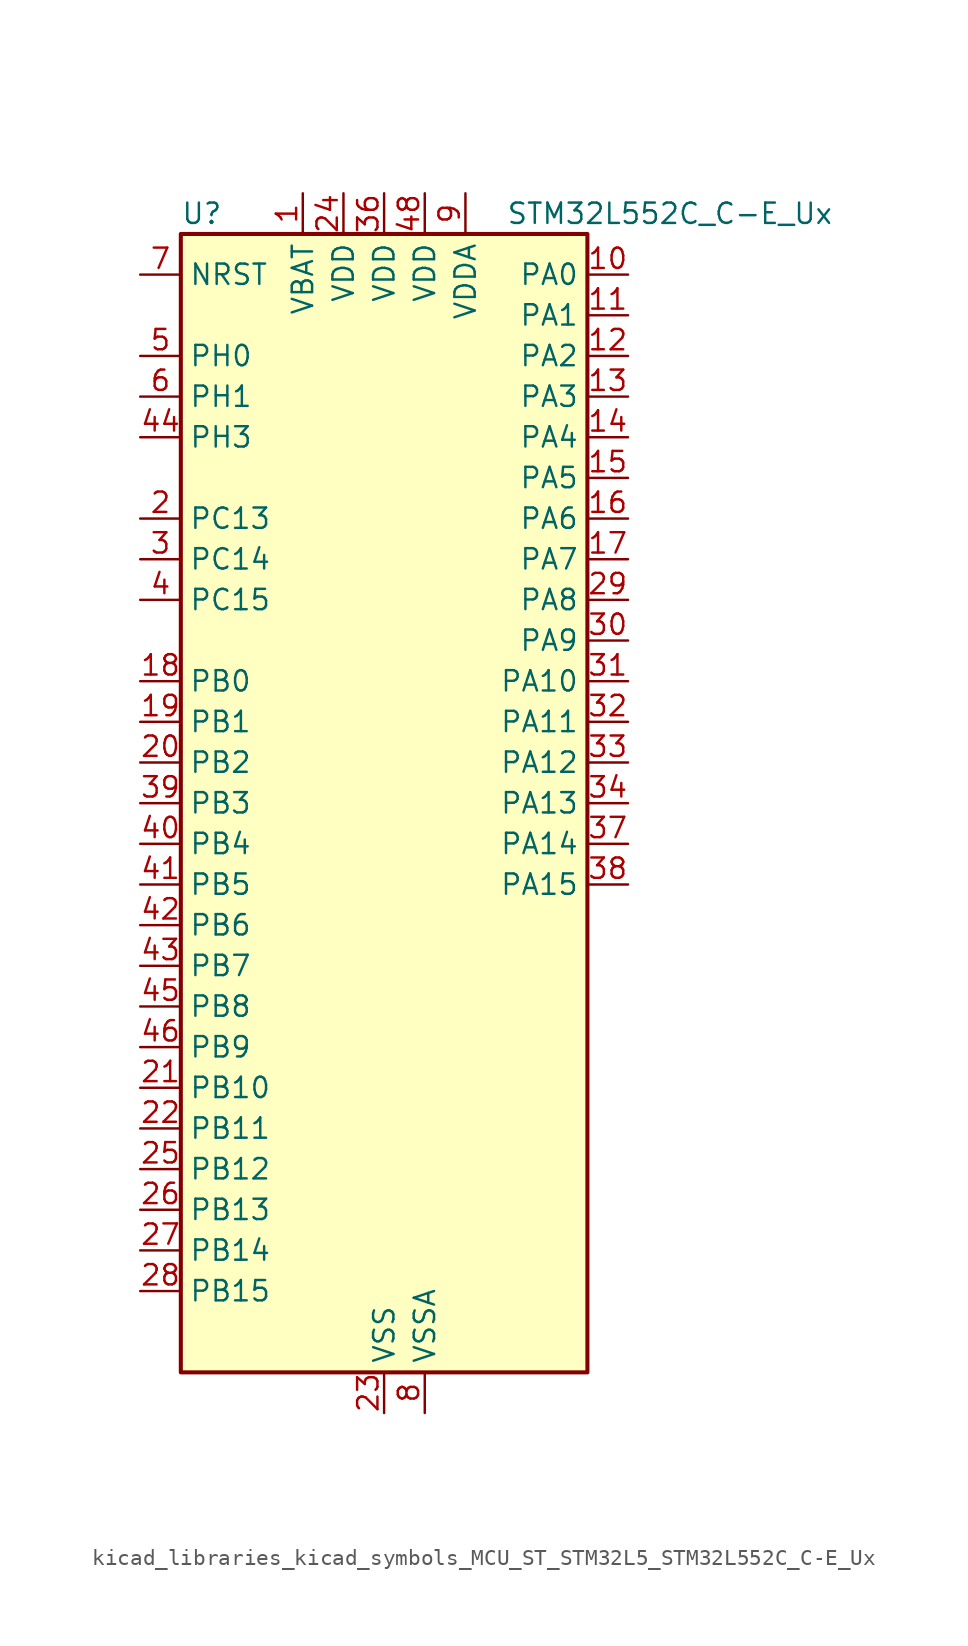
<source format=kicad_sym>
(kicad_symbol_lib
  (version 20220914)
  (generator kicad_symbol_editor)
  (symbol "kicad_libraries_kicad_symbols_MCU_ST_STM32L5_STM32L552C_C-E_Ux"
    (property "Reference" "U"
      (at -12.7 36.83 0)
      (effects (font (size 1.27 1.27)) (justify left)))
    (property "Value" "STM32L552C_C-E_Ux"
      (at 7.62 36.83 0)
      (effects (font (size 1.27 1.27)) (justify left)))
    (property "ki_locked" ""
      (at 0 0 0)
      (effects (font (size 1.27 1.27))))
    (symbol "kicad_libraries_kicad_symbols_MCU_ST_STM32L5_STM32L552C_C-E_Ux_0_1"
      (rectangle (start -12.7 -35.56) (end 12.7 35.56) (stroke (width 0.254) (type default)) (fill (type background))))
    (symbol "kicad_libraries_kicad_symbols_MCU_ST_STM32L5_STM32L552C_C-E_Ux_1_1"
      (pin power_in line (at -5.08 38.1 270) (length 2.54) (name "VBAT" (effects (font (size 1.27 1.27)))) (number "1" (effects (font (size 1.27 1.27)))))
      (pin bidirectional line (at 15.24 33.02 180) (length 2.54) (name "PA0" (effects (font (size 1.27 1.27)))) (number "10" (effects (font (size 1.27 1.27)))) (alternate "ADC1_IN5" bidirectional line) (alternate "ADC2_IN5" bidirectional line) (alternate "OPAMP1_VINP" bidirectional line) (alternate "PWR_WKUP1" bidirectional line) (alternate "SAI1_EXTCLK" bidirectional line) (alternate "TAMP_IN2" bidirectional line) (alternate "TAMP_OUT1" bidirectional line) (alternate "TIM2_CH1" bidirectional line) (alternate "TIM2_ETR" bidirectional line) (alternate "TIM5_CH1" bidirectional line) (alternate "TIM8_ETR" bidirectional line) (alternate "UART4_TX" bidirectional line) (alternate "USART2_CTS" bidirectional line) (alternate "USART2_NSS" bidirectional line))
      (pin bidirectional line (at 15.24 30.48 180) (length 2.54) (name "PA1" (effects (font (size 1.27 1.27)))) (number "11" (effects (font (size 1.27 1.27)))) (alternate "ADC1_IN6" bidirectional line) (alternate "ADC2_IN6" bidirectional line) (alternate "I2C1_SMBA" bidirectional line) (alternate "OCTOSPI1_DQS" bidirectional line) (alternate "OPAMP1_VINM" bidirectional line) (alternate "SPI1_SCK" bidirectional line) (alternate "TAMP_IN5" bidirectional line) (alternate "TAMP_OUT4" bidirectional line) (alternate "TIM15_CH1N" bidirectional line) (alternate "TIM2_CH2" bidirectional line) (alternate "TIM5_CH2" bidirectional line) (alternate "UART4_RX" bidirectional line) (alternate "USART2_DE" bidirectional line) (alternate "USART2_RTS" bidirectional line))
      (pin bidirectional line (at 15.24 27.94 180) (length 2.54) (name "PA2" (effects (font (size 1.27 1.27)))) (number "12" (effects (font (size 1.27 1.27)))) (alternate "ADC1_IN7" bidirectional line) (alternate "ADC2_IN7" bidirectional line) (alternate "COMP1_INP" bidirectional line) (alternate "LPUART1_TX" bidirectional line) (alternate "OCTOSPI1_NCS" bidirectional line) (alternate "PWR_WKUP4" bidirectional line) (alternate "RCC_LSCO" bidirectional line) (alternate "SAI2_EXTCLK" bidirectional line) (alternate "TIM15_CH1" bidirectional line) (alternate "TIM2_CH3" bidirectional line) (alternate "TIM5_CH3" bidirectional line) (alternate "UCPD1_FRSTX1" bidirectional line) (alternate "USART2_TX" bidirectional line))
      (pin bidirectional line (at 15.24 25.4 180) (length 2.54) (name "PA3" (effects (font (size 1.27 1.27)))) (number "13" (effects (font (size 1.27 1.27)))) (alternate "ADC1_IN8" bidirectional line) (alternate "ADC2_IN8" bidirectional line) (alternate "LPUART1_RX" bidirectional line) (alternate "OCTOSPI1_CLK" bidirectional line) (alternate "OPAMP1_VOUT" bidirectional line) (alternate "SAI1_CK1" bidirectional line) (alternate "SAI1_MCLK_A" bidirectional line) (alternate "TIM15_CH2" bidirectional line) (alternate "TIM2_CH4" bidirectional line) (alternate "TIM5_CH4" bidirectional line) (alternate "USART2_RX" bidirectional line))
      (pin bidirectional line (at 15.24 22.86 180) (length 2.54) (name "PA4" (effects (font (size 1.27 1.27)))) (number "14" (effects (font (size 1.27 1.27)))) (alternate "ADC1_IN9" bidirectional line) (alternate "ADC2_IN9" bidirectional line) (alternate "DAC1_OUT1" bidirectional line) (alternate "LPTIM2_OUT" bidirectional line) (alternate "OCTOSPI1_NCS" bidirectional line) (alternate "SAI1_FS_B" bidirectional line) (alternate "SPI1_NSS" bidirectional line) (alternate "SPI3_NSS" bidirectional line) (alternate "USART2_CK" bidirectional line))
      (pin bidirectional line (at 15.24 20.32 180) (length 2.54) (name "PA5" (effects (font (size 1.27 1.27)))) (number "15" (effects (font (size 1.27 1.27)))) (alternate "ADC1_IN10" bidirectional line) (alternate "ADC2_IN10" bidirectional line) (alternate "DAC1_OUT2" bidirectional line) (alternate "LPTIM2_ETR" bidirectional line) (alternate "SPI1_SCK" bidirectional line) (alternate "TIM2_CH1" bidirectional line) (alternate "TIM2_ETR" bidirectional line) (alternate "TIM8_CH1N" bidirectional line))
      (pin bidirectional line (at 15.24 17.78 180) (length 2.54) (name "PA6" (effects (font (size 1.27 1.27)))) (number "16" (effects (font (size 1.27 1.27)))) (alternate "ADC1_IN11" bidirectional line) (alternate "ADC2_IN11" bidirectional line) (alternate "LPUART1_CTS" bidirectional line) (alternate "OCTOSPI1_IO3" bidirectional line) (alternate "OPAMP2_VINP" bidirectional line) (alternate "SPI1_MISO" bidirectional line) (alternate "TIM16_CH1" bidirectional line) (alternate "TIM1_BKIN" bidirectional line) (alternate "TIM3_CH1" bidirectional line) (alternate "TIM8_BKIN" bidirectional line) (alternate "USART3_CTS" bidirectional line) (alternate "USART3_NSS" bidirectional line))
      (pin bidirectional line (at 15.24 15.24 180) (length 2.54) (name "PA7" (effects (font (size 1.27 1.27)))) (number "17" (effects (font (size 1.27 1.27)))) (alternate "ADC1_IN12" bidirectional line) (alternate "ADC2_IN12" bidirectional line) (alternate "I2C3_SCL" bidirectional line) (alternate "OCTOSPI1_IO2" bidirectional line) (alternate "OPAMP2_VINM" bidirectional line) (alternate "SPI1_MOSI" bidirectional line) (alternate "TIM17_CH1" bidirectional line) (alternate "TIM1_CH1N" bidirectional line) (alternate "TIM3_CH2" bidirectional line) (alternate "TIM8_CH1N" bidirectional line))
      (pin bidirectional line (at -15.24 7.62 0) (length 2.54) (name "PB0" (effects (font (size 1.27 1.27)))) (number "18" (effects (font (size 1.27 1.27)))) (alternate "ADC1_IN15" bidirectional line) (alternate "ADC2_IN15" bidirectional line) (alternate "COMP1_OUT" bidirectional line) (alternate "OCTOSPI1_IO1" bidirectional line) (alternate "OPAMP2_VOUT" bidirectional line) (alternate "SAI1_EXTCLK" bidirectional line) (alternate "SPI1_NSS" bidirectional line) (alternate "TIM1_CH2N" bidirectional line) (alternate "TIM3_CH3" bidirectional line) (alternate "TIM8_CH2N" bidirectional line) (alternate "USART3_CK" bidirectional line))
      (pin bidirectional line (at -15.24 5.08 0) (length 2.54) (name "PB1" (effects (font (size 1.27 1.27)))) (number "19" (effects (font (size 1.27 1.27)))) (alternate "ADC1_IN16" bidirectional line) (alternate "ADC2_IN16" bidirectional line) (alternate "COMP1_INM" bidirectional line) (alternate "DFSDM1_DATIN0" bidirectional line) (alternate "LPTIM2_IN1" bidirectional line) (alternate "LPUART1_DE" bidirectional line) (alternate "LPUART1_RTS" bidirectional line) (alternate "OCTOSPI1_IO0" bidirectional line) (alternate "TIM1_CH3N" bidirectional line) (alternate "TIM3_CH4" bidirectional line) (alternate "TIM8_CH3N" bidirectional line) (alternate "USART3_DE" bidirectional line) (alternate "USART3_RTS" bidirectional line))
      (pin bidirectional line (at -15.24 17.78 0) (length 2.54) (name "PC13" (effects (font (size 1.27 1.27)))) (number "2" (effects (font (size 1.27 1.27)))) (alternate "PWR_WKUP2" bidirectional line) (alternate "RTC_OUT1" bidirectional line) (alternate "RTC_TS" bidirectional line) (alternate "TAMP_IN1" bidirectional line) (alternate "TAMP_OUT2" bidirectional line))
      (pin bidirectional line (at -15.24 2.54 0) (length 2.54) (name "PB2" (effects (font (size 1.27 1.27)))) (number "20" (effects (font (size 1.27 1.27)))) (alternate "COMP1_INP" bidirectional line) (alternate "DFSDM1_CKIN0" bidirectional line) (alternate "I2C3_SMBA" bidirectional line) (alternate "LPTIM1_OUT" bidirectional line) (alternate "OCTOSPI1_DQS" bidirectional line) (alternate "RTC_OUT2" bidirectional line) (alternate "UCPD1_FRSTX1" bidirectional line))
      (pin bidirectional line (at -15.24 -17.78 0) (length 2.54) (name "PB10" (effects (font (size 1.27 1.27)))) (number "21" (effects (font (size 1.27 1.27)))) (alternate "COMP1_OUT" bidirectional line) (alternate "I2C2_SCL" bidirectional line) (alternate "I2C4_SCL" bidirectional line) (alternate "LPTIM3_OUT" bidirectional line) (alternate "LPUART1_RX" bidirectional line) (alternate "OCTOSPI1_CLK" bidirectional line) (alternate "SAI1_SCK_A" bidirectional line) (alternate "SPI2_SCK" bidirectional line) (alternate "TIM2_CH3" bidirectional line) (alternate "TSC_SYNC" bidirectional line) (alternate "USART3_TX" bidirectional line))
      (pin bidirectional line (at -15.24 -20.32 0) (length 2.54) (name "PB11" (effects (font (size 1.27 1.27)))) (number "22" (effects (font (size 1.27 1.27)))) (alternate "ADC1_EXTI11" bidirectional line) (alternate "ADC2_EXTI11" bidirectional line) (alternate "COMP2_OUT" bidirectional line) (alternate "I2C2_SDA" bidirectional line) (alternate "I2C4_SDA" bidirectional line) (alternate "LPUART1_TX" bidirectional line) (alternate "OCTOSPI1_NCS" bidirectional line) (alternate "TIM2_CH4" bidirectional line) (alternate "USART3_RX" bidirectional line))
      (pin power_in line (at 0 -38.1 90) (length 2.54) (name "VSS" (effects (font (size 1.27 1.27)))) (number "23" (effects (font (size 1.27 1.27)))))
      (pin power_in line (at -2.54 38.1 270) (length 2.54) (name "VDD" (effects (font (size 1.27 1.27)))) (number "24" (effects (font (size 1.27 1.27)))))
      (pin bidirectional line (at -15.24 -22.86 0) (length 2.54) (name "PB12" (effects (font (size 1.27 1.27)))) (number "25" (effects (font (size 1.27 1.27)))) (alternate "DFSDM1_DATIN1" bidirectional line) (alternate "I2C2_SMBA" bidirectional line) (alternate "LPUART1_DE" bidirectional line) (alternate "LPUART1_RTS" bidirectional line) (alternate "OCTOSPI1_NCLK" bidirectional line) (alternate "SAI2_FS_A" bidirectional line) (alternate "SPI2_NSS" bidirectional line) (alternate "TIM15_BKIN" bidirectional line) (alternate "TIM1_BKIN" bidirectional line) (alternate "TSC_G1_IO1" bidirectional line) (alternate "USART3_CK" bidirectional line))
      (pin bidirectional line (at -15.24 -25.4 0) (length 2.54) (name "PB13" (effects (font (size 1.27 1.27)))) (number "26" (effects (font (size 1.27 1.27)))) (alternate "DFSDM1_CKIN1" bidirectional line) (alternate "I2C2_SCL" bidirectional line) (alternate "LPTIM3_IN1" bidirectional line) (alternate "LPUART1_CTS" bidirectional line) (alternate "SAI2_SCK_A" bidirectional line) (alternate "SPI2_SCK" bidirectional line) (alternate "TIM15_CH1N" bidirectional line) (alternate "TIM1_CH1N" bidirectional line) (alternate "TSC_G1_IO2" bidirectional line) (alternate "UCPD1_FRSTX2" bidirectional line) (alternate "USART3_CTS" bidirectional line) (alternate "USART3_NSS" bidirectional line))
      (pin bidirectional line (at -15.24 -27.94 0) (length 2.54) (name "PB14" (effects (font (size 1.27 1.27)))) (number "27" (effects (font (size 1.27 1.27)))) (alternate "DFSDM1_DATIN2" bidirectional line) (alternate "I2C2_SDA" bidirectional line) (alternate "LPTIM3_ETR" bidirectional line) (alternate "SAI2_MCLK_A" bidirectional line) (alternate "SPI2_MISO" bidirectional line) (alternate "TIM15_CH1" bidirectional line) (alternate "TIM1_CH2N" bidirectional line) (alternate "TIM8_CH2N" bidirectional line) (alternate "TSC_G1_IO3" bidirectional line) (alternate "UCPD1_DBCC2" bidirectional line) (alternate "USART3_DE" bidirectional line) (alternate "USART3_RTS" bidirectional line))
      (pin bidirectional line (at -15.24 -30.48 0) (length 2.54) (name "PB15" (effects (font (size 1.27 1.27)))) (number "28" (effects (font (size 1.27 1.27)))) (alternate "ADC1_EXTI15" bidirectional line) (alternate "ADC2_EXTI15" bidirectional line) (alternate "DFSDM1_CKIN2" bidirectional line) (alternate "RTC_REFIN" bidirectional line) (alternate "SAI2_SD_A" bidirectional line) (alternate "SPI2_MOSI" bidirectional line) (alternate "TIM15_CH2" bidirectional line) (alternate "TIM1_CH3N" bidirectional line) (alternate "TIM8_CH3N" bidirectional line) (alternate "UCPD1_CC2" bidirectional line))
      (pin bidirectional line (at 15.24 12.7 180) (length 2.54) (name "PA8" (effects (font (size 1.27 1.27)))) (number "29" (effects (font (size 1.27 1.27)))) (alternate "LPTIM2_OUT" bidirectional line) (alternate "RCC_MCO" bidirectional line) (alternate "SAI1_CK2" bidirectional line) (alternate "SAI1_SCK_A" bidirectional line) (alternate "TIM1_CH1" bidirectional line) (alternate "USART1_CK" bidirectional line))
      (pin bidirectional line (at -15.24 15.24 0) (length 2.54) (name "PC14" (effects (font (size 1.27 1.27)))) (number "3" (effects (font (size 1.27 1.27)))) (alternate "RCC_OSC32_IN" bidirectional line))
      (pin bidirectional line (at 15.24 10.16 180) (length 2.54) (name "PA9" (effects (font (size 1.27 1.27)))) (number "30" (effects (font (size 1.27 1.27)))) (alternate "DAC1_EXTI9" bidirectional line) (alternate "SAI1_FS_A" bidirectional line) (alternate "SPI2_SCK" bidirectional line) (alternate "TIM15_BKIN" bidirectional line) (alternate "TIM1_CH2" bidirectional line) (alternate "USART1_TX" bidirectional line))
      (pin bidirectional line (at 15.24 7.62 180) (length 2.54) (name "PA10" (effects (font (size 1.27 1.27)))) (number "31" (effects (font (size 1.27 1.27)))) (alternate "CRS_SYNC" bidirectional line) (alternate "SAI1_D1" bidirectional line) (alternate "SAI1_SD_A" bidirectional line) (alternate "TIM17_BKIN" bidirectional line) (alternate "TIM1_CH3" bidirectional line) (alternate "USART1_RX" bidirectional line))
      (pin bidirectional line (at 15.24 5.08 180) (length 2.54) (name "PA11" (effects (font (size 1.27 1.27)))) (number "32" (effects (font (size 1.27 1.27)))) (alternate "ADC1_EXTI11" bidirectional line) (alternate "ADC2_EXTI11" bidirectional line) (alternate "FDCAN1_RX" bidirectional line) (alternate "SPI1_MISO" bidirectional line) (alternate "TIM1_BKIN2" bidirectional line) (alternate "TIM1_CH4" bidirectional line) (alternate "USART1_CTS" bidirectional line) (alternate "USART1_NSS" bidirectional line) (alternate "USB_DM" bidirectional line))
      (pin bidirectional line (at 15.24 2.54 180) (length 2.54) (name "PA12" (effects (font (size 1.27 1.27)))) (number "33" (effects (font (size 1.27 1.27)))) (alternate "FDCAN1_TX" bidirectional line) (alternate "SPI1_MOSI" bidirectional line) (alternate "TIM1_ETR" bidirectional line) (alternate "USART1_DE" bidirectional line) (alternate "USART1_RTS" bidirectional line) (alternate "USB_DP" bidirectional line))
      (pin bidirectional line (at 15.24 0 180) (length 2.54) (name "PA13" (effects (font (size 1.27 1.27)))) (number "34" (effects (font (size 1.27 1.27)))) (alternate "DEBUG_JTMS-SWDIO" bidirectional line) (alternate "IR_OUT" bidirectional line) (alternate "SAI1_SD_B" bidirectional line) (alternate "USB_NOE" bidirectional line))
      (pin passive line (at 0 -38.1 90) (length 2.54) hide (name "VSS" (effects (font (size 1.27 1.27)))) (number "35" (effects (font (size 1.27 1.27)))))
      (pin power_in line (at 0 38.1 270) (length 2.54) (name "VDD" (effects (font (size 1.27 1.27)))) (number "36" (effects (font (size 1.27 1.27)))))
      (pin bidirectional line (at 15.24 -2.54 180) (length 2.54) (name "PA14" (effects (font (size 1.27 1.27)))) (number "37" (effects (font (size 1.27 1.27)))) (alternate "DEBUG_JTCK-SWCLK" bidirectional line) (alternate "I2C1_SMBA" bidirectional line) (alternate "I2C4_SMBA" bidirectional line) (alternate "LPTIM1_OUT" bidirectional line) (alternate "SAI1_FS_B" bidirectional line))
      (pin bidirectional line (at 15.24 -5.08 180) (length 2.54) (name "PA15" (effects (font (size 1.27 1.27)))) (number "38" (effects (font (size 1.27 1.27)))) (alternate "ADC1_EXTI15" bidirectional line) (alternate "ADC2_EXTI15" bidirectional line) (alternate "DEBUG_JTDI" bidirectional line) (alternate "SAI2_FS_B" bidirectional line) (alternate "SPI1_NSS" bidirectional line) (alternate "SPI3_NSS" bidirectional line) (alternate "TIM2_CH1" bidirectional line) (alternate "TIM2_ETR" bidirectional line) (alternate "UART4_DE" bidirectional line) (alternate "UART4_RTS" bidirectional line) (alternate "UCPD1_CC1" bidirectional line) (alternate "USART2_RX" bidirectional line) (alternate "USART3_DE" bidirectional line) (alternate "USART3_RTS" bidirectional line))
      (pin bidirectional line (at -15.24 0 0) (length 2.54) (name "PB3" (effects (font (size 1.27 1.27)))) (number "39" (effects (font (size 1.27 1.27)))) (alternate "COMP2_INM" bidirectional line) (alternate "CRS_SYNC" bidirectional line) (alternate "DEBUG_JTDO-SWO" bidirectional line) (alternate "SAI1_SCK_B" bidirectional line) (alternate "SPI1_SCK" bidirectional line) (alternate "SPI3_SCK" bidirectional line) (alternate "TIM2_CH2" bidirectional line) (alternate "USART1_DE" bidirectional line) (alternate "USART1_RTS" bidirectional line))
      (pin bidirectional line (at -15.24 12.7 0) (length 2.54) (name "PC15" (effects (font (size 1.27 1.27)))) (number "4" (effects (font (size 1.27 1.27)))) (alternate "ADC1_EXTI15" bidirectional line) (alternate "ADC2_EXTI15" bidirectional line) (alternate "RCC_OSC32_OUT" bidirectional line))
      (pin bidirectional line (at -15.24 -2.54 0) (length 2.54) (name "PB4" (effects (font (size 1.27 1.27)))) (number "40" (effects (font (size 1.27 1.27)))) (alternate "COMP2_INP" bidirectional line) (alternate "DEBUG_JTRST" bidirectional line) (alternate "I2C3_SDA" bidirectional line) (alternate "SAI1_MCLK_B" bidirectional line) (alternate "SPI1_MISO" bidirectional line) (alternate "SPI3_MISO" bidirectional line) (alternate "TIM17_BKIN" bidirectional line) (alternate "TIM3_CH1" bidirectional line) (alternate "TSC_G2_IO1" bidirectional line) (alternate "USART1_CTS" bidirectional line) (alternate "USART1_NSS" bidirectional line))
      (pin bidirectional line (at -15.24 -5.08 0) (length 2.54) (name "PB5" (effects (font (size 1.27 1.27)))) (number "41" (effects (font (size 1.27 1.27)))) (alternate "COMP2_OUT" bidirectional line) (alternate "I2C1_SMBA" bidirectional line) (alternate "LPTIM1_IN1" bidirectional line) (alternate "OCTOSPI1_NCLK" bidirectional line) (alternate "SAI1_SD_B" bidirectional line) (alternate "SPI1_MOSI" bidirectional line) (alternate "SPI3_MOSI" bidirectional line) (alternate "TIM16_BKIN" bidirectional line) (alternate "TIM3_CH2" bidirectional line) (alternate "TSC_G2_IO2" bidirectional line) (alternate "UCPD1_DBCC1" bidirectional line) (alternate "USART1_CK" bidirectional line))
      (pin bidirectional line (at -15.24 -7.62 0) (length 2.54) (name "PB6" (effects (font (size 1.27 1.27)))) (number "42" (effects (font (size 1.27 1.27)))) (alternate "COMP2_INP" bidirectional line) (alternate "I2C1_SCL" bidirectional line) (alternate "I2C4_SCL" bidirectional line) (alternate "LPTIM1_ETR" bidirectional line) (alternate "SAI1_FS_B" bidirectional line) (alternate "TIM16_CH1N" bidirectional line) (alternate "TIM4_CH1" bidirectional line) (alternate "TIM8_BKIN2" bidirectional line) (alternate "TSC_G2_IO3" bidirectional line) (alternate "USART1_TX" bidirectional line))
      (pin bidirectional line (at -15.24 -10.16 0) (length 2.54) (name "PB7" (effects (font (size 1.27 1.27)))) (number "43" (effects (font (size 1.27 1.27)))) (alternate "COMP2_INM" bidirectional line) (alternate "I2C1_SDA" bidirectional line) (alternate "I2C4_SDA" bidirectional line) (alternate "LPTIM1_IN2" bidirectional line) (alternate "PWR_PVD_IN" bidirectional line) (alternate "TIM17_CH1N" bidirectional line) (alternate "TIM4_CH2" bidirectional line) (alternate "TIM8_BKIN" bidirectional line) (alternate "TSC_G2_IO4" bidirectional line) (alternate "UART4_CTS" bidirectional line) (alternate "USART1_RX" bidirectional line))
      (pin bidirectional line (at -15.24 22.86 0) (length 2.54) (name "PH3" (effects (font (size 1.27 1.27)))) (number "44" (effects (font (size 1.27 1.27)))))
      (pin bidirectional line (at -15.24 -12.7 0) (length 2.54) (name "PB8" (effects (font (size 1.27 1.27)))) (number "45" (effects (font (size 1.27 1.27)))) (alternate "DFSDM1_CKOUT" bidirectional line) (alternate "FDCAN1_RX" bidirectional line) (alternate "I2C1_SCL" bidirectional line) (alternate "SAI1_CK1" bidirectional line) (alternate "SAI1_MCLK_A" bidirectional line) (alternate "TIM16_CH1" bidirectional line) (alternate "TIM4_CH3" bidirectional line))
      (pin bidirectional line (at -15.24 -15.24 0) (length 2.54) (name "PB9" (effects (font (size 1.27 1.27)))) (number "46" (effects (font (size 1.27 1.27)))) (alternate "DAC1_EXTI9" bidirectional line) (alternate "FDCAN1_TX" bidirectional line) (alternate "I2C1_SDA" bidirectional line) (alternate "IR_OUT" bidirectional line) (alternate "SAI1_D2" bidirectional line) (alternate "SAI1_FS_A" bidirectional line) (alternate "SPI2_NSS" bidirectional line) (alternate "TIM17_CH1" bidirectional line) (alternate "TIM4_CH4" bidirectional line))
      (pin passive line (at 0 -38.1 90) (length 2.54) hide (name "VSS" (effects (font (size 1.27 1.27)))) (number "47" (effects (font (size 1.27 1.27)))))
      (pin power_in line (at 2.54 38.1 270) (length 2.54) (name "VDD" (effects (font (size 1.27 1.27)))) (number "48" (effects (font (size 1.27 1.27)))))
      (pin passive line (at 0 -38.1 90) (length 2.54) hide (name "VSS" (effects (font (size 1.27 1.27)))) (number "49" (effects (font (size 1.27 1.27)))))
      (pin bidirectional line (at -15.24 27.94 0) (length 2.54) (name "PH0" (effects (font (size 1.27 1.27)))) (number "5" (effects (font (size 1.27 1.27)))) (alternate "RCC_OSC_IN" bidirectional line))
      (pin bidirectional line (at -15.24 25.4 0) (length 2.54) (name "PH1" (effects (font (size 1.27 1.27)))) (number "6" (effects (font (size 1.27 1.27)))) (alternate "RCC_OSC_OUT" bidirectional line))
      (pin input line (at -15.24 33.02 0) (length 2.54) (name "NRST" (effects (font (size 1.27 1.27)))) (number "7" (effects (font (size 1.27 1.27)))))
      (pin power_in line (at 2.54 -38.1 90) (length 2.54) (name "VSSA" (effects (font (size 1.27 1.27)))) (number "8" (effects (font (size 1.27 1.27)))))
      (pin power_in line (at 5.08 38.1 270) (length 2.54) (name "VDDA" (effects (font (size 1.27 1.27)))) (number "9" (effects (font (size 1.27 1.27))))))))
</source>
